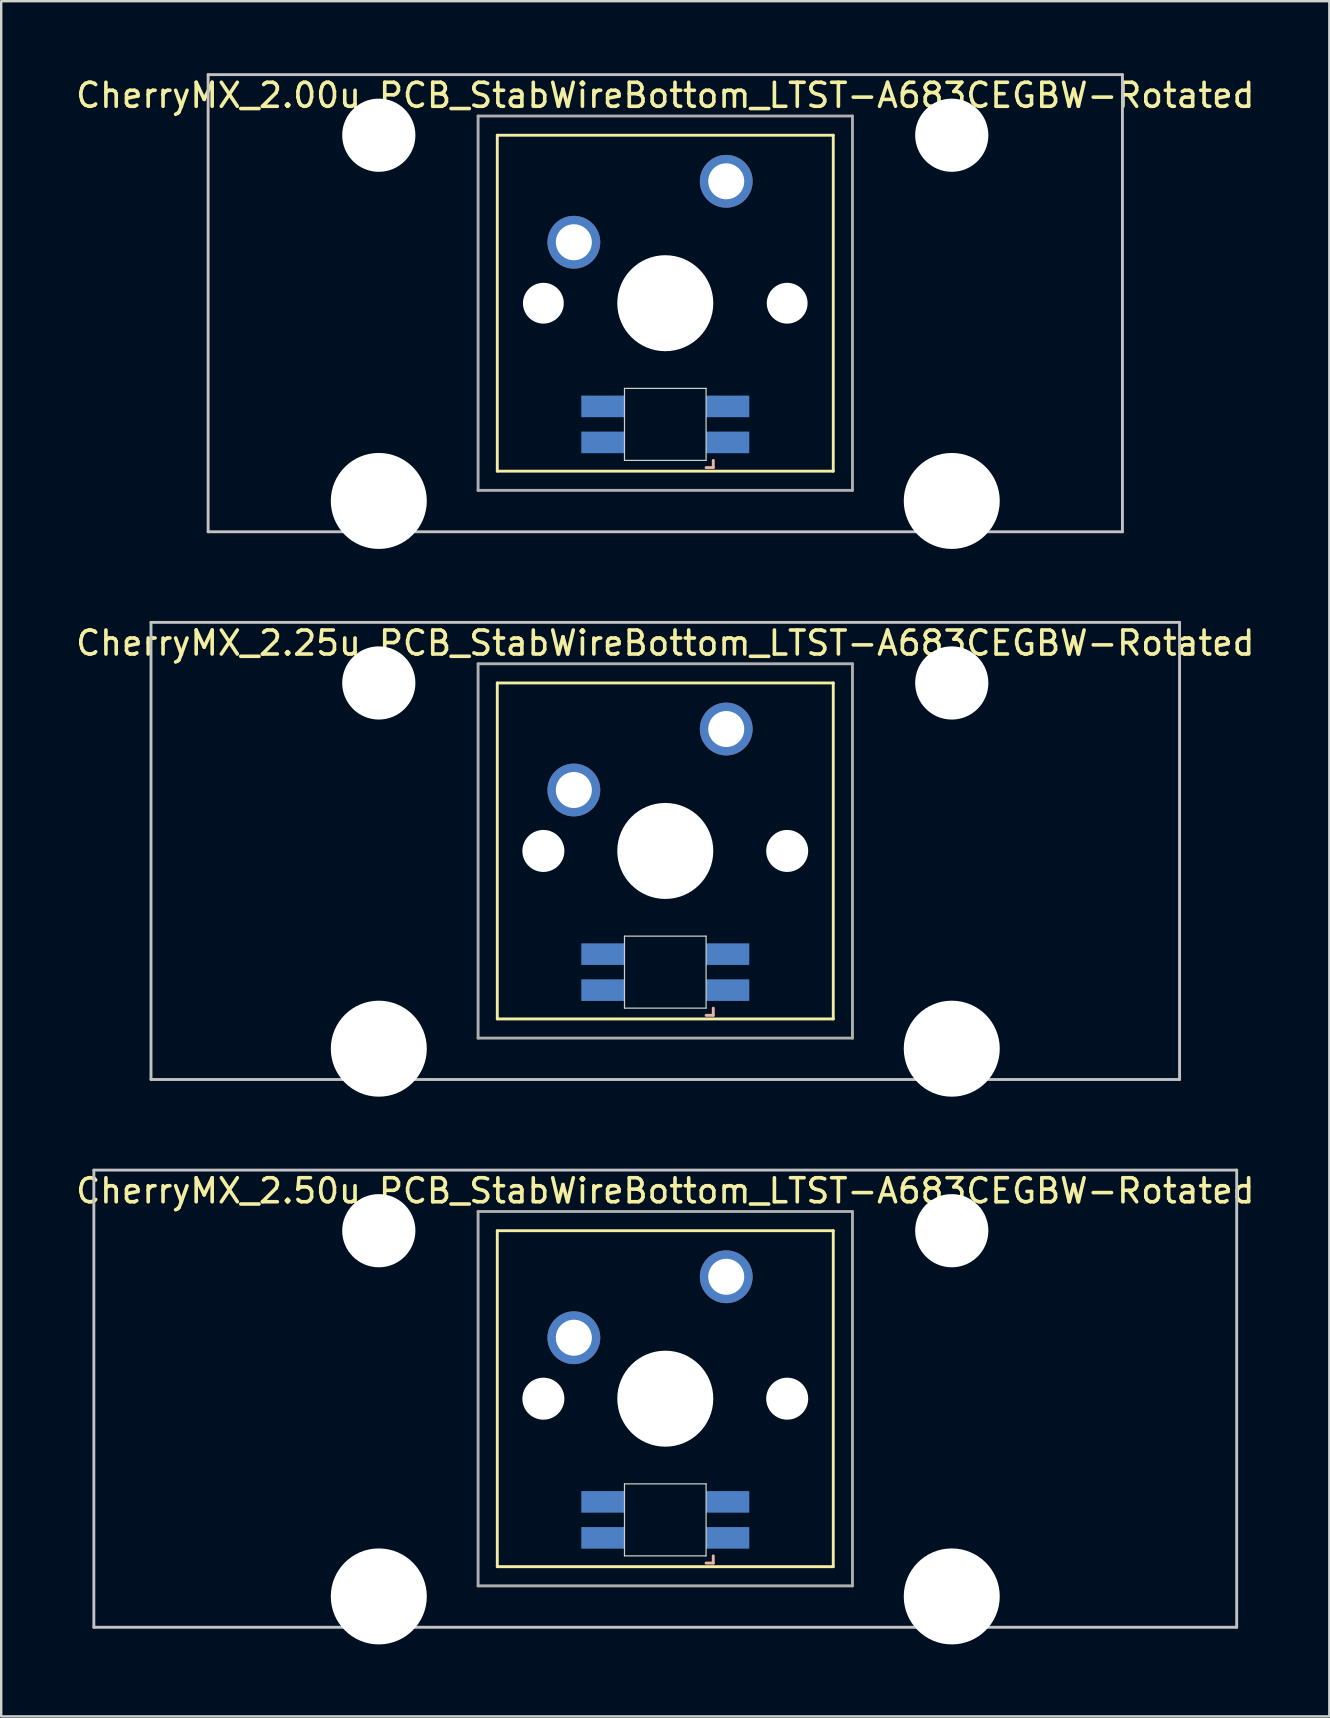
<source format=kicad_pcb>
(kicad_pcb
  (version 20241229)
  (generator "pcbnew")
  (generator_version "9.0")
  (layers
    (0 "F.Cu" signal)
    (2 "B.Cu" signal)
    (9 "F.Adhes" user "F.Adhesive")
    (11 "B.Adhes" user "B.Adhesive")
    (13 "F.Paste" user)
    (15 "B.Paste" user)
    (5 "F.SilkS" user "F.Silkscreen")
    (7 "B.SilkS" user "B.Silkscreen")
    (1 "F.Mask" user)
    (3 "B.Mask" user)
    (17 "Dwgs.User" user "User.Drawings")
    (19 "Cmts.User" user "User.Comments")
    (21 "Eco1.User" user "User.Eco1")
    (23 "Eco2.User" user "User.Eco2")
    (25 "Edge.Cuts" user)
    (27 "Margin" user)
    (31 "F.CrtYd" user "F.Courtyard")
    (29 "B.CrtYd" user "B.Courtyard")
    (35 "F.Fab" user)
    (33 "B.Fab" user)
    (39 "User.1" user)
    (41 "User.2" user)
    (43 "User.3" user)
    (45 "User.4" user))
  (footprint "CherryMX_2.25u_PCB_StabWireBottom_LTST-A683CEGBW-Rotated"
    (layer "F.Cu")
    (at 24.673 32.41)
    (property "Reference" "CherryMX_2.25u_PCB_StabWireBottom_LTST-A683CEGBW-Rotated" (at 0 -8.662 0) (layer "F.SilkS") (effects (font (size 1 1) (thickness 0.15))))
    (attr through_hole)
    (fp_line (start -7 -7) (end -7 7) (stroke (width 0.12) (type solid)) (layer "F.SilkS"))
    (fp_line (start -7 -7) (end 7 -7) (stroke (width 0.12) (type solid)) (layer "F.SilkS"))
    (fp_line (start 7 -7) (end 7 7) (stroke (width 0.12) (type solid)) (layer "F.SilkS"))
    (fp_line (start 7 7) (end -7 7) (stroke (width 0.12) (type solid)) (layer "F.SilkS"))
    (fp_line (start 1.7 6.85) (end 2 6.85) (stroke (width 0.12) (type solid)) (layer "B.SilkS"))
    (fp_line (start 2 6.85) (end 2 6.55) (stroke (width 0.12) (type solid)) (layer "B.SilkS"))
    (fp_line (start -21.431 -9.525) (end 21.431 -9.525) (stroke (width 0.12) (type solid)) (layer "Dwgs.User"))
    (fp_line (start -21.431 9.525) (end -21.431 -9.525) (stroke (width 0.12) (type solid)) (layer "Dwgs.User"))
    (fp_line (start 21.431 -9.525) (end 21.431 9.525) (stroke (width 0.12) (type solid)) (layer "Dwgs.User"))
    (fp_line (start 21.431 9.525) (end -21.431 9.525) (stroke (width 0.12) (type solid)) (layer "Dwgs.User"))
    (fp_line (start -1.7 3.55) (end 1.7 3.55) (stroke (width 0.05) (type solid)) (layer "Edge.Cuts"))
    (fp_line (start -1.7 6.55) (end -1.7 3.55) (stroke (width 0.05) (type solid)) (layer "Edge.Cuts"))
    (fp_line (start 1.7 3.55) (end 1.7 6.55) (stroke (width 0.05) (type solid)) (layer "Edge.Cuts"))
    (fp_line (start 1.7 6.55) (end -1.7 6.55) (stroke (width 0.05) (type solid)) (layer "Edge.Cuts"))
    (fp_line (start -7.8 -7.8) (end -7.8 7.8) (stroke (width 0.12) (type solid)) (layer "F.Fab"))
    (fp_line (start -7.8 -7.8) (end 7.8 -7.8) (stroke (width 0.12) (type solid)) (layer "F.Fab"))
    (fp_line (start -7.8 7.8) (end 7.8 7.8) (stroke (width 0.12) (type solid)) (layer "F.Fab"))
    (fp_line (start 7.8 -7.8) (end 7.8 7.8) (stroke (width 0.12) (type solid)) (layer "F.Fab"))
    (pad "" np_thru_hole circle (at -11.938 -7) (size 3.05 3.05) (drill 3.05) (layers "*.Cu" "*.Mask"))
    (pad "" np_thru_hole circle (at -11.938 8.24) (size 4 4) (drill 4) (layers "*.Cu" "*.Mask"))
    (pad "" np_thru_hole circle (at -5.08 0) (size 1.75 1.75) (drill 1.75) (layers "*.Cu" "*.Mask"))
    (pad "" np_thru_hole circle (at 0 0) (size 4 4) (drill 4) (layers "*.Cu" "*.Mask"))
    (pad "" np_thru_hole circle (at 5.08 0) (size 1.75 1.75) (drill 1.75) (layers "*.Cu" "*.Mask"))
    (pad "" np_thru_hole circle (at 11.938 -7) (size 3.05 3.05) (drill 3.05) (layers "*.Cu" "*.Mask"))
    (pad "" np_thru_hole circle (at 11.938 8.24) (size 4 4) (drill 4) (layers "*.Cu" "*.Mask"))
    (pad "1" thru_hole circle (at -3.81 -2.54) (size 2.2 2.2) (drill 1.5) (layers "*.Cu" "*.Mask"))
    (pad "2" thru_hole circle (at 2.54 -5.08) (size 2.2 2.2) (drill 1.5) (layers "*.Cu" "*.Mask"))
    (pad "3" smd rect (at 2.6 5.8 180) (size 1.8 0.9) (layers "B.Cu" "B.Mask" "B.Paste"))
    (pad "4" smd rect (at 2.6 4.3 180) (size 1.8 0.9) (layers "B.Cu" "B.Mask" "B.Paste"))
    (pad "5" smd rect (at -2.6 5.8 180) (size 1.8 0.9) (layers "B.Cu" "B.Mask" "B.Paste"))
    (pad "6" smd rect (at -2.6 4.3 180) (size 1.8 0.9) (layers "B.Cu" "B.Mask" "B.Paste")))
  (footprint "CherryMX_2.00u_PCB_StabWireBottom_LTST-A683CEGBW-Rotated"
    (layer "F.Cu")
    (at 24.673 9.585)
    (property "Reference" "CherryMX_2.00u_PCB_StabWireBottom_LTST-A683CEGBW-Rotated" (at 0 -8.662 0) (layer "F.SilkS") (effects (font (size 1 1) (thickness 0.15))))
    (attr through_hole)
    (fp_line (start -7 -7) (end -7 7) (stroke (width 0.12) (type solid)) (layer "F.SilkS"))
    (fp_line (start -7 -7) (end 7 -7) (stroke (width 0.12) (type solid)) (layer "F.SilkS"))
    (fp_line (start 7 -7) (end 7 7) (stroke (width 0.12) (type solid)) (layer "F.SilkS"))
    (fp_line (start 7 7) (end -7 7) (stroke (width 0.12) (type solid)) (layer "F.SilkS"))
    (fp_line (start 1.7 6.85) (end 2 6.85) (stroke (width 0.12) (type solid)) (layer "B.SilkS"))
    (fp_line (start 2 6.85) (end 2 6.55) (stroke (width 0.12) (type solid)) (layer "B.SilkS"))
    (fp_line (start -19.05 -9.525) (end 19.05 -9.525) (stroke (width 0.12) (type solid)) (layer "Dwgs.User"))
    (fp_line (start -19.05 9.525) (end -19.05 -9.525) (stroke (width 0.12) (type solid)) (layer "Dwgs.User"))
    (fp_line (start 19.05 -9.525) (end 19.05 9.525) (stroke (width 0.12) (type solid)) (layer "Dwgs.User"))
    (fp_line (start 19.05 9.525) (end -19.05 9.525) (stroke (width 0.12) (type solid)) (layer "Dwgs.User"))
    (fp_line (start -1.7 3.55) (end 1.7 3.55) (stroke (width 0.05) (type solid)) (layer "Edge.Cuts"))
    (fp_line (start -1.7 6.55) (end -1.7 3.55) (stroke (width 0.05) (type solid)) (layer "Edge.Cuts"))
    (fp_line (start 1.7 3.55) (end 1.7 6.55) (stroke (width 0.05) (type solid)) (layer "Edge.Cuts"))
    (fp_line (start 1.7 6.55) (end -1.7 6.55) (stroke (width 0.05) (type solid)) (layer "Edge.Cuts"))
    (fp_line (start -7.8 -7.8) (end -7.8 7.8) (stroke (width 0.12) (type solid)) (layer "F.Fab"))
    (fp_line (start -7.8 -7.8) (end 7.8 -7.8) (stroke (width 0.12) (type solid)) (layer "F.Fab"))
    (fp_line (start -7.8 7.8) (end 7.8 7.8) (stroke (width 0.12) (type solid)) (layer "F.Fab"))
    (fp_line (start 7.8 -7.8) (end 7.8 7.8) (stroke (width 0.12) (type solid)) (layer "F.Fab"))
    (pad "" np_thru_hole circle (at -11.938 -7) (size 3.05 3.05) (drill 3.05) (layers "*.Cu" "*.Mask"))
    (pad "" np_thru_hole circle (at -11.938 8.24) (size 4 4) (drill 4) (layers "*.Cu" "*.Mask"))
    (pad "" np_thru_hole circle (at -5.08 0) (size 1.7 1.7) (drill 1.7) (layers "*.Cu" "*.Mask"))
    (pad "" np_thru_hole circle (at 0 0) (size 4 4) (drill 4) (layers "*.Cu" "*.Mask"))
    (pad "" np_thru_hole circle (at 5.08 0) (size 1.7 1.7) (drill 1.7) (layers "*.Cu" "*.Mask"))
    (pad "" np_thru_hole circle (at 11.938 -7) (size 3.05 3.05) (drill 3.05) (layers "*.Cu" "*.Mask"))
    (pad "" np_thru_hole circle (at 11.938 8.24) (size 4 4) (drill 4) (layers "*.Cu" "*.Mask"))
    (pad "1" thru_hole circle (at -3.81 -2.54) (size 2.2 2.2) (drill 1.5) (layers "*.Cu" "*.Mask"))
    (pad "2" thru_hole circle (at 2.54 -5.08) (size 2.2 2.2) (drill 1.5) (layers "*.Cu" "*.Mask"))
    (pad "3" smd rect (at 2.6 5.8 180) (size 1.8 0.9) (layers "B.Cu" "B.Mask" "B.Paste"))
    (pad "4" smd rect (at 2.6 4.3 180) (size 1.8 0.9) (layers "B.Cu" "B.Mask" "B.Paste"))
    (pad "5" smd rect (at -2.6 5.8 180) (size 1.8 0.9) (layers "B.Cu" "B.Mask" "B.Paste"))
    (pad "6" smd rect (at -2.6 4.3 180) (size 1.8 0.9) (layers "B.Cu" "B.Mask" "B.Paste")))
  (footprint "CherryMX_2.50u_PCB_StabWireBottom_LTST-A683CEGBW-Rotated"
    (layer "F.Cu")
    (at 24.673 55.235)
    (property "Reference" "CherryMX_2.50u_PCB_StabWireBottom_LTST-A683CEGBW-Rotated" (at 0 -8.662 0) (layer "F.SilkS") (effects (font (size 1 1) (thickness 0.15))))
    (attr through_hole)
    (fp_line (start -7 -7) (end -7 7) (stroke (width 0.12) (type solid)) (layer "F.SilkS"))
    (fp_line (start -7 -7) (end 7 -7) (stroke (width 0.12) (type solid)) (layer "F.SilkS"))
    (fp_line (start 7 -7) (end 7 7) (stroke (width 0.12) (type solid)) (layer "F.SilkS"))
    (fp_line (start 7 7) (end -7 7) (stroke (width 0.12) (type solid)) (layer "F.SilkS"))
    (fp_line (start 1.7 6.85) (end 2 6.85) (stroke (width 0.12) (type solid)) (layer "B.SilkS"))
    (fp_line (start 2 6.85) (end 2 6.55) (stroke (width 0.12) (type solid)) (layer "B.SilkS"))
    (fp_line (start -23.812 -9.525) (end 23.812 -9.525) (stroke (width 0.12) (type solid)) (layer "Dwgs.User"))
    (fp_line (start -23.812 9.525) (end -23.812 -9.525) (stroke (width 0.12) (type solid)) (layer "Dwgs.User"))
    (fp_line (start 23.812 -9.525) (end 23.812 9.525) (stroke (width 0.12) (type solid)) (layer "Dwgs.User"))
    (fp_line (start 23.812 9.525) (end -23.812 9.525) (stroke (width 0.12) (type solid)) (layer "Dwgs.User"))
    (fp_line (start -1.7 3.55) (end 1.7 3.55) (stroke (width 0.05) (type solid)) (layer "Edge.Cuts"))
    (fp_line (start -1.7 6.55) (end -1.7 3.55) (stroke (width 0.05) (type solid)) (layer "Edge.Cuts"))
    (fp_line (start 1.7 3.55) (end 1.7 6.55) (stroke (width 0.05) (type solid)) (layer "Edge.Cuts"))
    (fp_line (start 1.7 6.55) (end -1.7 6.55) (stroke (width 0.05) (type solid)) (layer "Edge.Cuts"))
    (fp_line (start -7.8 -7.8) (end -7.8 7.8) (stroke (width 0.12) (type solid)) (layer "F.Fab"))
    (fp_line (start -7.8 -7.8) (end 7.8 -7.8) (stroke (width 0.12) (type solid)) (layer "F.Fab"))
    (fp_line (start -7.8 7.8) (end 7.8 7.8) (stroke (width 0.12) (type solid)) (layer "F.Fab"))
    (fp_line (start 7.8 -7.8) (end 7.8 7.8) (stroke (width 0.12) (type solid)) (layer "F.Fab"))
    (pad "" np_thru_hole circle (at -11.938 -7) (size 3.05 3.05) (drill 3.05) (layers "*.Cu" "*.Mask"))
    (pad "" np_thru_hole circle (at -11.938 8.24) (size 4 4) (drill 4) (layers "*.Cu" "*.Mask"))
    (pad "" np_thru_hole circle (at -5.08 0) (size 1.75 1.75) (drill 1.75) (layers "*.Cu" "*.Mask"))
    (pad "" np_thru_hole circle (at 0 0) (size 4 4) (drill 4) (layers "*.Cu" "*.Mask"))
    (pad "" np_thru_hole circle (at 5.08 0) (size 1.75 1.75) (drill 1.75) (layers "*.Cu" "*.Mask"))
    (pad "" np_thru_hole circle (at 11.938 -7) (size 3.05 3.05) (drill 3.05) (layers "*.Cu" "*.Mask"))
    (pad "" np_thru_hole circle (at 11.938 8.24) (size 4 4) (drill 4) (layers "*.Cu" "*.Mask"))
    (pad "1" thru_hole circle (at -3.81 -2.54) (size 2.2 2.2) (drill 1.5) (layers "*.Cu" "*.Mask"))
    (pad "2" thru_hole circle (at 2.54 -5.08) (size 2.2 2.2) (drill 1.5) (layers "*.Cu" "*.Mask"))
    (pad "3" smd rect (at 2.6 5.8 180) (size 1.8 0.9) (layers "B.Cu" "B.Mask" "B.Paste"))
    (pad "4" smd rect (at 2.6 4.3 180) (size 1.8 0.9) (layers "B.Cu" "B.Mask" "B.Paste"))
    (pad "5" smd rect (at -2.6 5.8 180) (size 1.8 0.9) (layers "B.Cu" "B.Mask" "B.Paste"))
    (pad "6" smd rect (at -2.6 4.3 180) (size 1.8 0.9) (layers "B.Cu" "B.Mask" "B.Paste")))
  (gr_rect
    (start -3 -3)
    (end 52.345 68.475)
    (stroke (width 0.1) (type default))
    (fill no)
    (layer "Edge.Cuts")))
</source>
